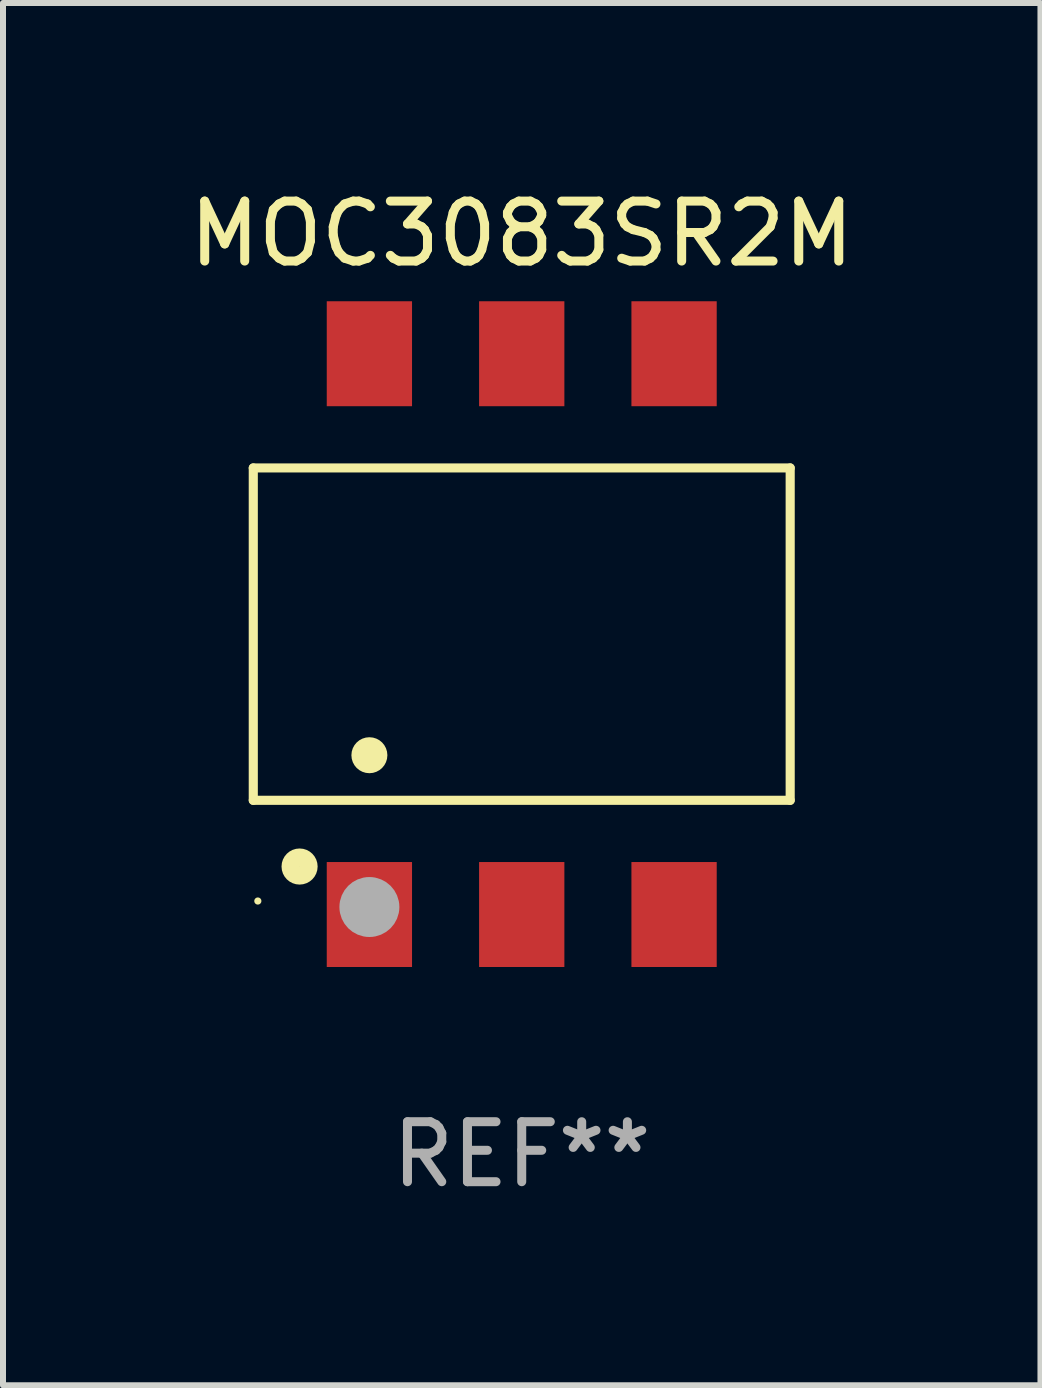
<source format=kicad_pcb>
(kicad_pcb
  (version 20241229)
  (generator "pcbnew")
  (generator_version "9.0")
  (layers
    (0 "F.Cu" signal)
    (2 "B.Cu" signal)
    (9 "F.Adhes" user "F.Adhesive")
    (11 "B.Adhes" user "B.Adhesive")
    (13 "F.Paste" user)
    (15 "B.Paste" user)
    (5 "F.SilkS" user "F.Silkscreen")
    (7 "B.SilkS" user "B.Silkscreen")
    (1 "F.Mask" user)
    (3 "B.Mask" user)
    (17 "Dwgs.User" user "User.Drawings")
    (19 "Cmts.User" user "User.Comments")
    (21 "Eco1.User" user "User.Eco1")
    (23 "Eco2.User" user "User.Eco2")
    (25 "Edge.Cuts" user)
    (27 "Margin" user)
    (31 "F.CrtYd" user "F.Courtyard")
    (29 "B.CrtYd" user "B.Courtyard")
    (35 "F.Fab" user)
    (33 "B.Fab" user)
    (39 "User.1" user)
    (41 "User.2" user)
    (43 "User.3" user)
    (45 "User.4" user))
  (footprint "MOC3083SR2M"
    (layer "F.Cu")
    (at 5.649 7.523)
    (property "Reference" "MOC3083SR2M" (at 0 -6.675 0) (layer "F.SilkS") (effects (font (size 1 1) (thickness 0.15))))
    (attr through_hole)
    (fp_line (start -4.476 -2.771) (end 4.476 -2.771) (stroke (width 0.152) (type solid)) (layer "F.SilkS"))
    (fp_line (start -4.476 2.771) (end -4.476 -2.771) (stroke (width 0.152) (type solid)) (layer "F.SilkS"))
    (fp_line (start 4.476 -2.771) (end 4.476 2.771) (stroke (width 0.152) (type solid)) (layer "F.SilkS"))
    (fp_line (start 4.476 2.771) (end -4.476 2.771) (stroke (width 0.152) (type solid)) (layer "F.SilkS"))
    (fp_circle (center -4.4 4.45) (end -4.37 4.45) (stroke (width 0.06) (type solid)) (fill no) (layer "F.SilkS"))
    (fp_circle (center -3.704 3.875) (end -3.553 3.875) (stroke (width 0.3) (type solid)) (fill no) (layer "F.SilkS"))
    (fp_circle (center -2.54 2.019) (end -2.39 2.019) (stroke (width 0.3) (type solid)) (fill no) (layer "F.SilkS"))
    (fp_circle (center -2.54 4.55) (end -2.29 4.55) (stroke (width 0.5) (type solid)) (fill no) (layer "F.Fab"))
    (fp_text user "REF**" (at 0 8.675 0) (layer "F.Fab") (effects (font (size 1 1) (thickness 0.15))))
    (pad "1" smd rect (at -2.54 4.675) (size 1.422 1.75) (layers "F.Cu" "F.Mask" "F.Paste"))
    (pad "2" smd rect (at 0 4.675) (size 1.422 1.75) (layers "F.Cu" "F.Mask" "F.Paste"))
    (pad "3" smd rect (at 2.54 4.675) (size 1.422 1.75) (layers "F.Cu" "F.Mask" "F.Paste"))
    (pad "4" smd rect (at 2.54 -4.675) (size 1.422 1.75) (layers "F.Cu" "F.Mask" "F.Paste"))
    (pad "5" smd rect (at 0 -4.675) (size 1.422 1.75) (layers "F.Cu" "F.Mask" "F.Paste"))
    (pad "6" smd rect (at -2.54 -4.675) (size 1.422 1.75) (layers "F.Cu" "F.Mask" "F.Paste")))
  (gr_rect
    (start -3 -3)
    (end 14.298 20.047)
    (stroke (width 0.1) (type default))
    (fill no)
    (layer "Edge.Cuts")))
</source>
